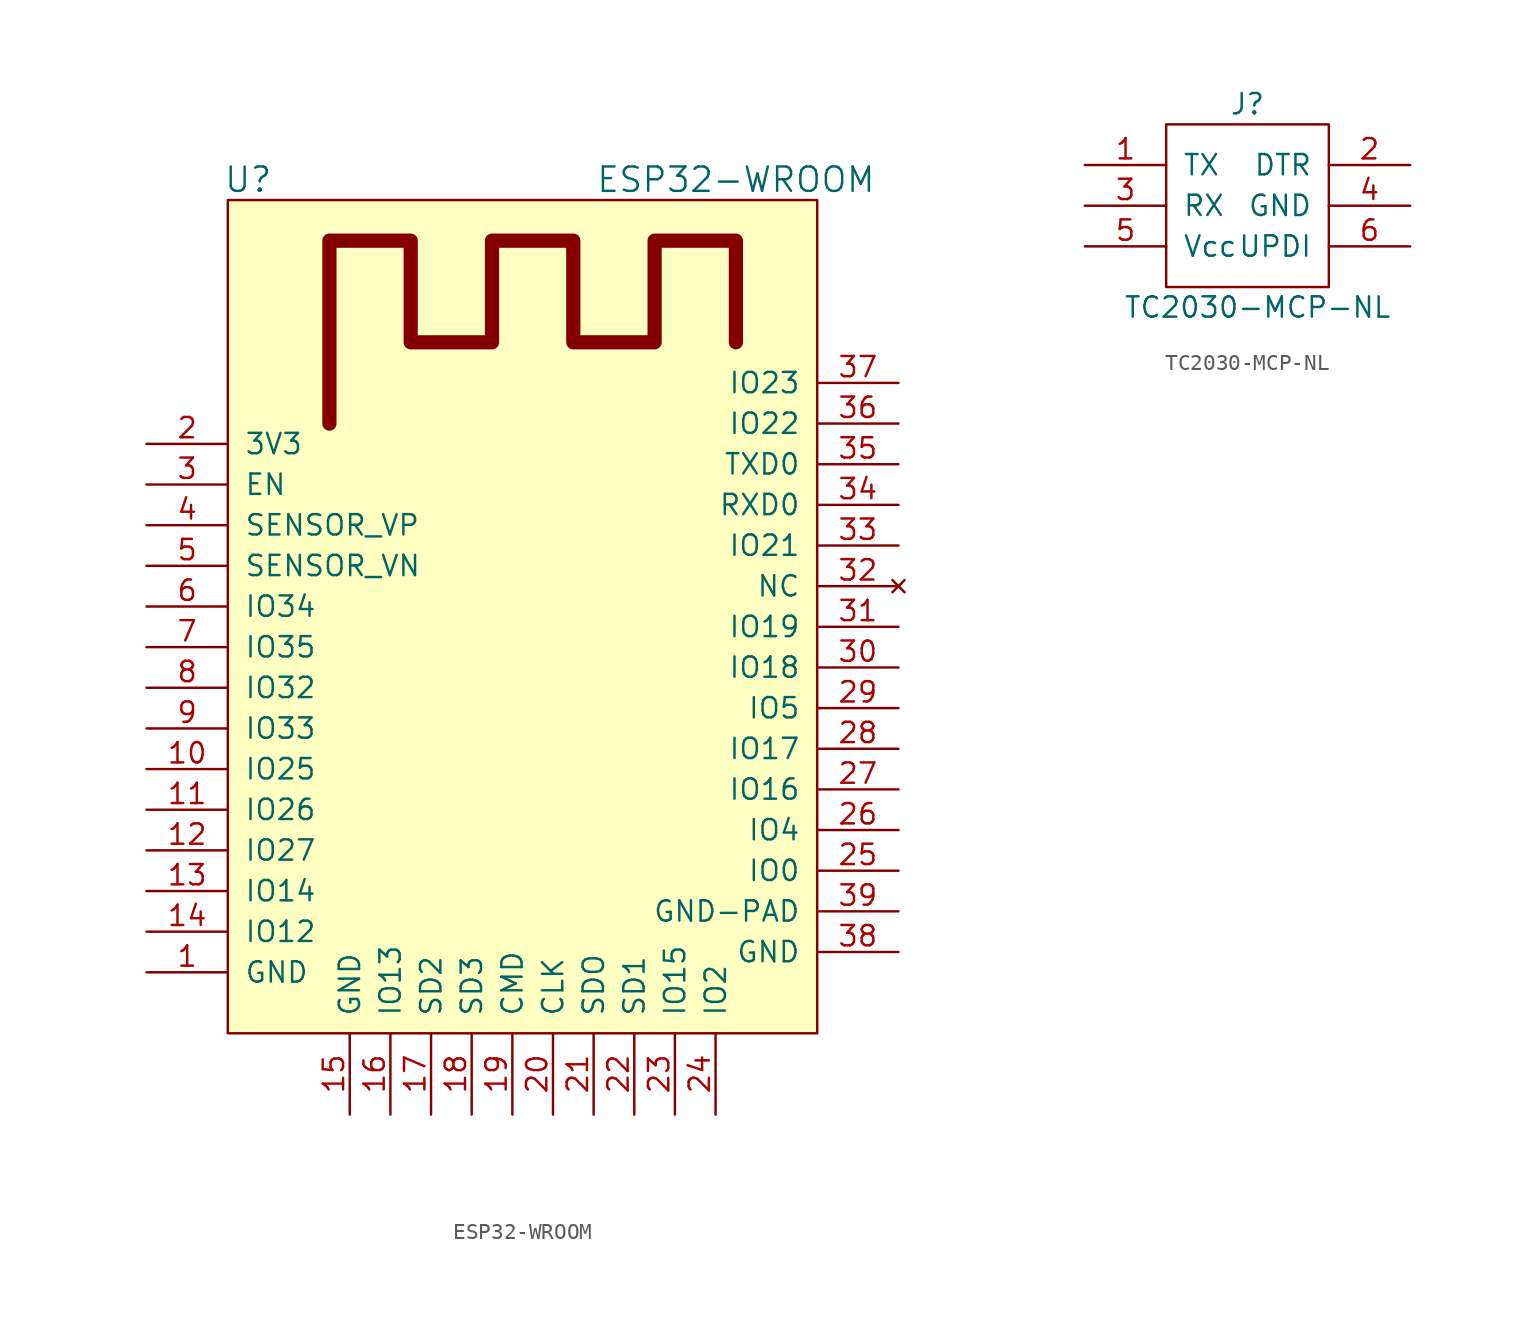
<source format=kicad_sym>
(kicad_symbol_lib
  (version 20220914)
  (generator kicad_symbol_editor)
  (symbol "ESP32-WROOM"
    (pin_names
      (offset 1.016))
    (property "Reference" "U"
      (at -17.78 31.75 0)
      (effects (font (size 1.524 1.524))))
    (property "Value" "ESP32-WROOM"
      (at 12.7 31.75 0)
      (effects (font (size 1.524 1.524))))
    (symbol "ESP32-WROOM_0_1"
      (rectangle (start -19.05 30.48) (end 17.78 -21.59) (stroke (width 0) (type solid)) (fill (type background)))
      (polyline (pts (xy -12.7 16.51) (xy -12.7 27.94) (xy -7.62 27.94) (xy -7.62 21.59) (xy -2.54 21.59) (xy -2.54 27.94) (xy 2.54 27.94) (xy 2.54 21.59) (xy 7.62 21.59) (xy 7.62 27.94) (xy 12.7 27.94) (xy 12.7 21.59)) (stroke (width 0.889) (type solid)) (fill (type none))))
    (symbol "ESP32-WROOM_1_1"
      (pin power_out line (at -24.13 -17.78 0) (length 5.08) (name "GND" (effects (font (size 1.27 1.27)))) (number "1" (effects (font (size 1.27 1.27)))))
      (pin bidirectional line (at -24.13 -5.08 0) (length 5.08) (name "IO25" (effects (font (size 1.27 1.27)))) (number "10" (effects (font (size 1.27 1.27)))))
      (pin bidirectional line (at -24.13 -7.62 0) (length 5.08) (name "IO26" (effects (font (size 1.27 1.27)))) (number "11" (effects (font (size 1.27 1.27)))))
      (pin bidirectional line (at -24.13 -10.16 0) (length 5.08) (name "IO27" (effects (font (size 1.27 1.27)))) (number "12" (effects (font (size 1.27 1.27)))))
      (pin bidirectional line (at -24.13 -12.7 0) (length 5.08) (name "IO14" (effects (font (size 1.27 1.27)))) (number "13" (effects (font (size 1.27 1.27)))))
      (pin bidirectional line (at -24.13 -15.24 0) (length 5.08) (name "IO12" (effects (font (size 1.27 1.27)))) (number "14" (effects (font (size 1.27 1.27)))))
      (pin power_in line (at -11.43 -26.67 90) (length 5.08) (name "GND" (effects (font (size 1.27 1.27)))) (number "15" (effects (font (size 1.27 1.27)))))
      (pin bidirectional line (at -8.89 -26.67 90) (length 5.08) (name "IO13" (effects (font (size 1.27 1.27)))) (number "16" (effects (font (size 1.27 1.27)))))
      (pin bidirectional line (at -6.35 -26.67 90) (length 5.08) (name "SD2" (effects (font (size 1.27 1.27)))) (number "17" (effects (font (size 1.27 1.27)))))
      (pin bidirectional line (at -3.81 -26.67 90) (length 5.08) (name "SD3" (effects (font (size 1.27 1.27)))) (number "18" (effects (font (size 1.27 1.27)))))
      (pin bidirectional line (at -1.27 -26.67 90) (length 5.08) (name "CMD" (effects (font (size 1.27 1.27)))) (number "19" (effects (font (size 1.27 1.27)))))
      (pin power_in line (at -24.13 15.24 0) (length 5.08) (name "3V3" (effects (font (size 1.27 1.27)))) (number "2" (effects (font (size 1.27 1.27)))))
      (pin input line (at 1.27 -26.67 90) (length 5.08) (name "CLK" (effects (font (size 1.27 1.27)))) (number "20" (effects (font (size 1.27 1.27)))))
      (pin bidirectional line (at 3.81 -26.67 90) (length 5.08) (name "SDO" (effects (font (size 1.27 1.27)))) (number "21" (effects (font (size 1.27 1.27)))))
      (pin bidirectional line (at 6.35 -26.67 90) (length 5.08) (name "SD1" (effects (font (size 1.27 1.27)))) (number "22" (effects (font (size 1.27 1.27)))))
      (pin bidirectional line (at 8.89 -26.67 90) (length 5.08) (name "IO15" (effects (font (size 1.27 1.27)))) (number "23" (effects (font (size 1.27 1.27)))))
      (pin bidirectional line (at 11.43 -26.67 90) (length 5.08) (name "IO2" (effects (font (size 1.27 1.27)))) (number "24" (effects (font (size 1.27 1.27)))))
      (pin bidirectional line (at 22.86 -11.43 180) (length 5.08) (name "IO0" (effects (font (size 1.27 1.27)))) (number "25" (effects (font (size 1.27 1.27)))))
      (pin input line (at 22.86 -8.89 180) (length 5.08) (name "IO4" (effects (font (size 1.27 1.27)))) (number "26" (effects (font (size 1.27 1.27)))))
      (pin bidirectional line (at 22.86 -6.35 180) (length 5.08) (name "IO16" (effects (font (size 1.27 1.27)))) (number "27" (effects (font (size 1.27 1.27)))))
      (pin bidirectional line (at 22.86 -3.81 180) (length 5.08) (name "IO17" (effects (font (size 1.27 1.27)))) (number "28" (effects (font (size 1.27 1.27)))))
      (pin bidirectional line (at 22.86 -1.27 180) (length 5.08) (name "IO5" (effects (font (size 1.27 1.27)))) (number "29" (effects (font (size 1.27 1.27)))))
      (pin input line (at -24.13 12.7 0) (length 5.08) (name "EN" (effects (font (size 1.27 1.27)))) (number "3" (effects (font (size 1.27 1.27)))))
      (pin input line (at 22.86 1.27 180) (length 5.08) (name "IO18" (effects (font (size 1.27 1.27)))) (number "30" (effects (font (size 1.27 1.27)))))
      (pin bidirectional line (at 22.86 3.81 180) (length 5.08) (name "IO19" (effects (font (size 1.27 1.27)))) (number "31" (effects (font (size 1.27 1.27)))))
      (pin no_connect line (at 22.86 6.35 180) (length 5.08) (name "NC" (effects (font (size 1.27 1.27)))) (number "32" (effects (font (size 1.27 1.27)))))
      (pin bidirectional line (at 22.86 8.89 180) (length 5.08) (name "IO21" (effects (font (size 1.27 1.27)))) (number "33" (effects (font (size 1.27 1.27)))))
      (pin bidirectional line (at 22.86 11.43 180) (length 5.08) (name "RXD0" (effects (font (size 1.27 1.27)))) (number "34" (effects (font (size 1.27 1.27)))))
      (pin bidirectional line (at 22.86 13.97 180) (length 5.08) (name "TXD0" (effects (font (size 1.27 1.27)))) (number "35" (effects (font (size 1.27 1.27)))))
      (pin bidirectional line (at 22.86 16.51 180) (length 5.08) (name "IO22" (effects (font (size 1.27 1.27)))) (number "36" (effects (font (size 1.27 1.27)))))
      (pin bidirectional line (at 22.86 19.05 180) (length 5.08) (name "IO23" (effects (font (size 1.27 1.27)))) (number "37" (effects (font (size 1.27 1.27)))))
      (pin power_in line (at 22.86 -16.51 180) (length 5.08) (name "GND" (effects (font (size 1.27 1.27)))) (number "38" (effects (font (size 1.27 1.27)))))
      (pin power_in line (at 22.86 -13.97 180) (length 5.08) (name "GND-PAD" (effects (font (size 1.27 1.27)))) (number "39" (effects (font (size 1.27 1.27)))))
      (pin input line (at -24.13 10.16 0) (length 5.08) (name "SENSOR_VP" (effects (font (size 1.27 1.27)))) (number "4" (effects (font (size 1.27 1.27)))))
      (pin input line (at -24.13 7.62 0) (length 5.08) (name "SENSOR_VN" (effects (font (size 1.27 1.27)))) (number "5" (effects (font (size 1.27 1.27)))))
      (pin bidirectional line (at -24.13 5.08 0) (length 5.08) (name "IO34" (effects (font (size 1.27 1.27)))) (number "6" (effects (font (size 1.27 1.27)))))
      (pin bidirectional line (at -24.13 2.54 0) (length 5.08) (name "IO35" (effects (font (size 1.27 1.27)))) (number "7" (effects (font (size 1.27 1.27)))))
      (pin bidirectional line (at -24.13 0 0) (length 5.08) (name "IO32" (effects (font (size 1.27 1.27)))) (number "8" (effects (font (size 1.27 1.27)))))
      (pin bidirectional line (at -24.13 -2.54 0) (length 5.08) (name "IO33" (effects (font (size 1.27 1.27)))) (number "9" (effects (font (size 1.27 1.27)))))))
  (symbol "TC2030-MCP-NL"
    (pin_names
      (offset 1.016))
    (property "Reference" "J"
      (at 0 6.35 0)
      (effects (font (size 1.27 1.27))))
    (property "Value" "TC2030-MCP-NL"
      (at 0.635 -6.35 0)
      (effects (font (size 1.27 1.27))))
    (symbol "TC2030-MCP-NL_0_1"
      (rectangle (start -5.08 5.08) (end 5.08 -5.08) (stroke (width 0) (type solid)) (fill (type none))))
    (symbol "TC2030-MCP-NL_1_1"
      (pin input line (at -10.16 2.54 0) (length 5.08) (name "TX" (effects (font (size 1.27 1.27)))) (number "1" (effects (font (size 1.27 1.27)))))
      (pin input line (at 10.16 2.54 180) (length 5.08) (name "DTR" (effects (font (size 1.27 1.27)))) (number "2" (effects (font (size 1.27 1.27)))))
      (pin input line (at -10.16 0 0) (length 5.08) (name "RX" (effects (font (size 1.27 1.27)))) (number "3" (effects (font (size 1.27 1.27)))))
      (pin input line (at 10.16 0 180) (length 5.08) (name "GND" (effects (font (size 1.27 1.27)))) (number "4" (effects (font (size 1.27 1.27)))))
      (pin input line (at -10.16 -2.54 0) (length 5.08) (name "Vcc" (effects (font (size 1.27 1.27)))) (number "5" (effects (font (size 1.27 1.27)))))
      (pin input line (at 10.16 -2.54 180) (length 5.08) (name "UPDI" (effects (font (size 1.27 1.27)))) (number "6" (effects (font (size 1.27 1.27))))))))
</source>
